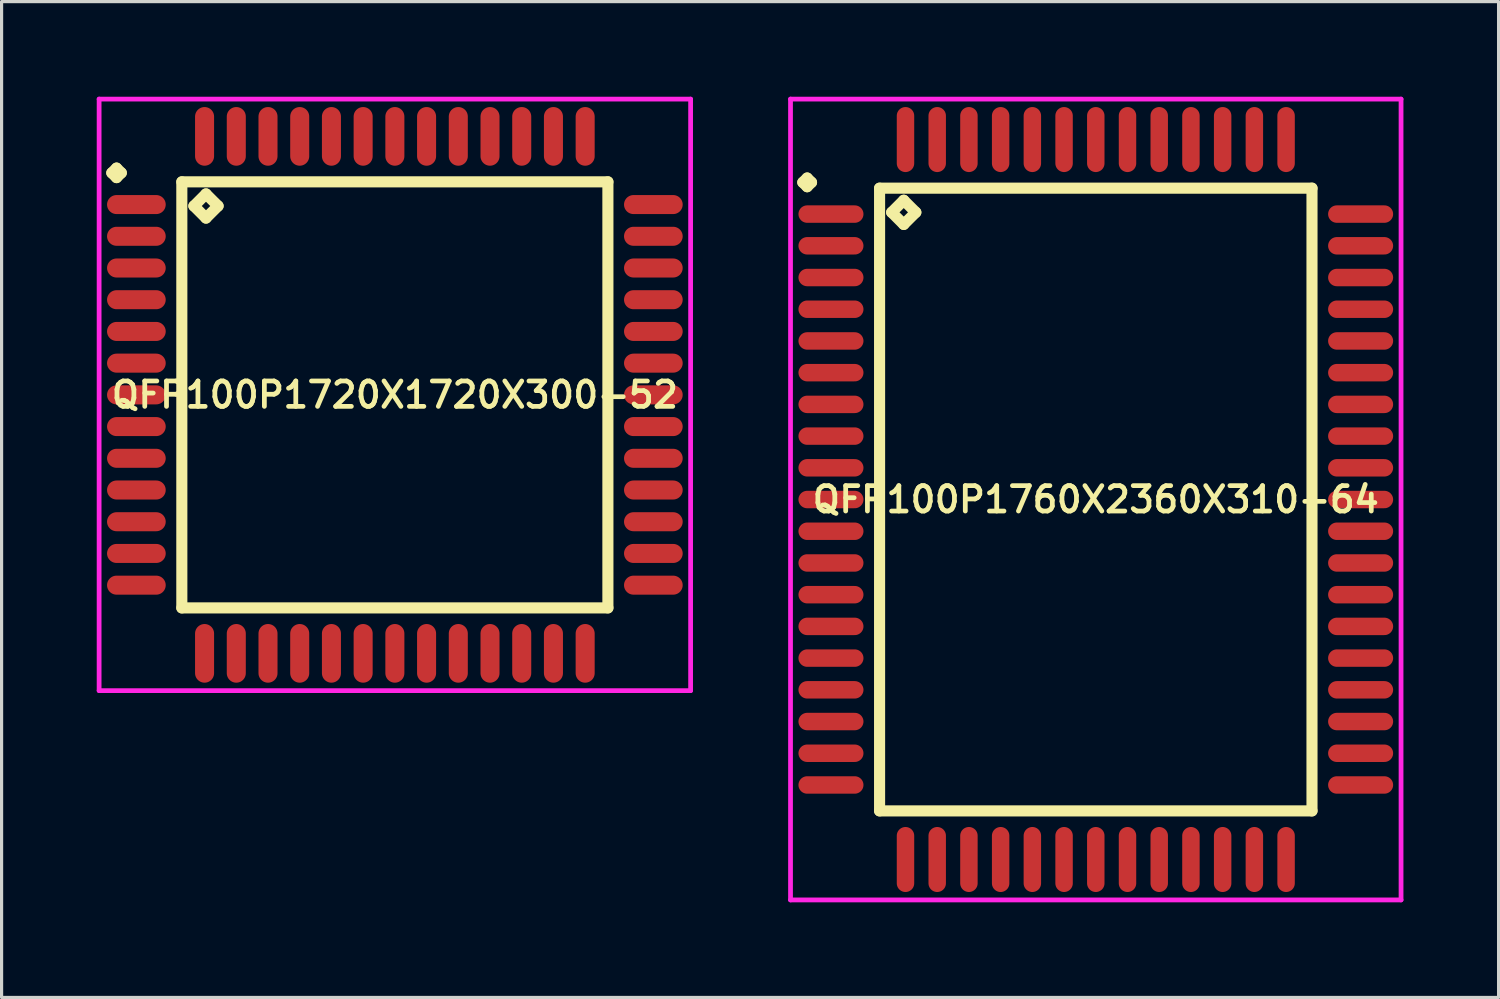
<source format=kicad_pcb>
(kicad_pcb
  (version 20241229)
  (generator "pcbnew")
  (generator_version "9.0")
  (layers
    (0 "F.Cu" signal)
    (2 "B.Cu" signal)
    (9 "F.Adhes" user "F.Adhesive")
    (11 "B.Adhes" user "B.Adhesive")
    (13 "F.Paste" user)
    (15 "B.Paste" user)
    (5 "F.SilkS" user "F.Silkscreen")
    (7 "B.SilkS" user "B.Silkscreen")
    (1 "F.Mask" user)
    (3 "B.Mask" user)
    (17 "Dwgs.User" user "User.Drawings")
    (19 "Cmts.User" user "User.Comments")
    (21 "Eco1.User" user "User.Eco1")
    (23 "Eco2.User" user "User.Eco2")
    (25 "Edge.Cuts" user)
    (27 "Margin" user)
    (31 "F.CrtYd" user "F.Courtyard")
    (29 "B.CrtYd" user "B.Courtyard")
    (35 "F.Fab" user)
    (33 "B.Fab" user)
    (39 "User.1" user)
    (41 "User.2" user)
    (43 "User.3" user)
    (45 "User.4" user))
  (footprint "QFP100P1720X1720X300-52"
    (layer "F.Cu")
    (at 9.4 9.4)
    (property "Reference" "QFP100P1720X1720X300-52" (at 0 0 0) (layer "F.SilkS") (effects (font (size 0.8 0.8) (thickness 0.15))))
    (attr smd)
    (fp_line (start -8.925 -7) (end -8.775 -7.15) (stroke (width 0.35) (type solid)) (layer "F.SilkS"))
    (fp_line (start -8.775 -7.15) (end -8.625 -7) (stroke (width 0.35) (type solid)) (layer "F.SilkS"))
    (fp_line (start -8.775 -6.85) (end -8.925 -7) (stroke (width 0.35) (type solid)) (layer "F.SilkS"))
    (fp_line (start -8.625 -7) (end -8.775 -6.85) (stroke (width 0.35) (type solid)) (layer "F.SilkS"))
    (fp_line (start -6.717 -6.717) (end -6.717 6.717) (stroke (width 0.35) (type solid)) (layer "F.SilkS"))
    (fp_line (start -6.717 6.717) (end 6.717 6.717) (stroke (width 0.35) (type solid)) (layer "F.SilkS"))
    (fp_line (start -6.336 -5.955) (end -5.955 -6.336) (stroke (width 0.35) (type solid)) (layer "F.SilkS"))
    (fp_line (start -5.955 -6.336) (end -5.574 -5.955) (stroke (width 0.35) (type solid)) (layer "F.SilkS"))
    (fp_line (start -5.955 -5.574) (end -6.336 -5.955) (stroke (width 0.35) (type solid)) (layer "F.SilkS"))
    (fp_line (start -5.574 -5.955) (end -5.955 -5.574) (stroke (width 0.35) (type solid)) (layer "F.SilkS"))
    (fp_line (start 6.717 -6.717) (end -6.717 -6.717) (stroke (width 0.35) (type solid)) (layer "F.SilkS"))
    (fp_line (start 6.717 6.717) (end 6.717 -6.717) (stroke (width 0.35) (type solid)) (layer "F.SilkS"))
    (fp_line (start -9.325 -9.325) (end 9.325 -9.325) (stroke (width 0.15) (type solid)) (layer "F.CrtYd"))
    (fp_line (start -9.325 9.325) (end -9.325 -9.325) (stroke (width 0.15) (type solid)) (layer "F.CrtYd"))
    (fp_line (start 9.325 -9.325) (end 9.325 9.325) (stroke (width 0.15) (type solid)) (layer "F.CrtYd"))
    (fp_line (start 9.325 9.325) (end -9.325 9.325) (stroke (width 0.15) (type solid)) (layer "F.CrtYd"))
    (pad "1" smd oval (at -8.15 -6) (size 1.85 0.6) (layers "F.Cu" "F.Mask" "F.Paste"))
    (pad "2" smd oval (at -8.15 -5) (size 1.85 0.6) (layers "F.Cu" "F.Mask" "F.Paste"))
    (pad "3" smd oval (at -8.15 -4) (size 1.85 0.6) (layers "F.Cu" "F.Mask" "F.Paste"))
    (pad "4" smd oval (at -8.15 -3) (size 1.85 0.6) (layers "F.Cu" "F.Mask" "F.Paste"))
    (pad "5" smd oval (at -8.15 -2) (size 1.85 0.6) (layers "F.Cu" "F.Mask" "F.Paste"))
    (pad "6" smd oval (at -8.15 -1) (size 1.85 0.6) (layers "F.Cu" "F.Mask" "F.Paste"))
    (pad "7" smd oval (at -8.15 0) (size 1.85 0.6) (layers "F.Cu" "F.Mask" "F.Paste"))
    (pad "8" smd oval (at -8.15 1) (size 1.85 0.6) (layers "F.Cu" "F.Mask" "F.Paste"))
    (pad "9" smd oval (at -8.15 2) (size 1.85 0.6) (layers "F.Cu" "F.Mask" "F.Paste"))
    (pad "10" smd oval (at -8.15 3) (size 1.85 0.6) (layers "F.Cu" "F.Mask" "F.Paste"))
    (pad "11" smd oval (at -8.15 4) (size 1.85 0.6) (layers "F.Cu" "F.Mask" "F.Paste"))
    (pad "12" smd oval (at -8.15 5) (size 1.85 0.6) (layers "F.Cu" "F.Mask" "F.Paste"))
    (pad "13" smd oval (at -8.15 6) (size 1.85 0.6) (layers "F.Cu" "F.Mask" "F.Paste"))
    (pad "14" smd oval (at -6 8.15) (size 0.6 1.85) (layers "F.Cu" "F.Mask" "F.Paste"))
    (pad "15" smd oval (at -5 8.15) (size 0.6 1.85) (layers "F.Cu" "F.Mask" "F.Paste"))
    (pad "16" smd oval (at -4 8.15) (size 0.6 1.85) (layers "F.Cu" "F.Mask" "F.Paste"))
    (pad "17" smd oval (at -3 8.15) (size 0.6 1.85) (layers "F.Cu" "F.Mask" "F.Paste"))
    (pad "18" smd oval (at -2 8.15) (size 0.6 1.85) (layers "F.Cu" "F.Mask" "F.Paste"))
    (pad "19" smd oval (at -1 8.15) (size 0.6 1.85) (layers "F.Cu" "F.Mask" "F.Paste"))
    (pad "20" smd oval (at 0 8.15) (size 0.6 1.85) (layers "F.Cu" "F.Mask" "F.Paste"))
    (pad "21" smd oval (at 1 8.15) (size 0.6 1.85) (layers "F.Cu" "F.Mask" "F.Paste"))
    (pad "22" smd oval (at 2 8.15) (size 0.6 1.85) (layers "F.Cu" "F.Mask" "F.Paste"))
    (pad "23" smd oval (at 3 8.15) (size 0.6 1.85) (layers "F.Cu" "F.Mask" "F.Paste"))
    (pad "24" smd oval (at 4 8.15) (size 0.6 1.85) (layers "F.Cu" "F.Mask" "F.Paste"))
    (pad "25" smd oval (at 5 8.15) (size 0.6 1.85) (layers "F.Cu" "F.Mask" "F.Paste"))
    (pad "26" smd oval (at 6 8.15) (size 0.6 1.85) (layers "F.Cu" "F.Mask" "F.Paste"))
    (pad "27" smd oval (at 8.15 6) (size 1.85 0.6) (layers "F.Cu" "F.Mask" "F.Paste"))
    (pad "28" smd oval (at 8.15 5) (size 1.85 0.6) (layers "F.Cu" "F.Mask" "F.Paste"))
    (pad "29" smd oval (at 8.15 4) (size 1.85 0.6) (layers "F.Cu" "F.Mask" "F.Paste"))
    (pad "30" smd oval (at 8.15 3) (size 1.85 0.6) (layers "F.Cu" "F.Mask" "F.Paste"))
    (pad "31" smd oval (at 8.15 2) (size 1.85 0.6) (layers "F.Cu" "F.Mask" "F.Paste"))
    (pad "32" smd oval (at 8.15 1) (size 1.85 0.6) (layers "F.Cu" "F.Mask" "F.Paste"))
    (pad "33" smd oval (at 8.15 0) (size 1.85 0.6) (layers "F.Cu" "F.Mask" "F.Paste"))
    (pad "34" smd oval (at 8.15 -1) (size 1.85 0.6) (layers "F.Cu" "F.Mask" "F.Paste"))
    (pad "35" smd oval (at 8.15 -2) (size 1.85 0.6) (layers "F.Cu" "F.Mask" "F.Paste"))
    (pad "36" smd oval (at 8.15 -3) (size 1.85 0.6) (layers "F.Cu" "F.Mask" "F.Paste"))
    (pad "37" smd oval (at 8.15 -4) (size 1.85 0.6) (layers "F.Cu" "F.Mask" "F.Paste"))
    (pad "38" smd oval (at 8.15 -5) (size 1.85 0.6) (layers "F.Cu" "F.Mask" "F.Paste"))
    (pad "39" smd oval (at 8.15 -6) (size 1.85 0.6) (layers "F.Cu" "F.Mask" "F.Paste"))
    (pad "40" smd oval (at 6 -8.15) (size 0.6 1.85) (layers "F.Cu" "F.Mask" "F.Paste"))
    (pad "41" smd oval (at 5 -8.15) (size 0.6 1.85) (layers "F.Cu" "F.Mask" "F.Paste"))
    (pad "42" smd oval (at 4 -8.15) (size 0.6 1.85) (layers "F.Cu" "F.Mask" "F.Paste"))
    (pad "43" smd oval (at 3 -8.15) (size 0.6 1.85) (layers "F.Cu" "F.Mask" "F.Paste"))
    (pad "44" smd oval (at 2 -8.15) (size 0.6 1.85) (layers "F.Cu" "F.Mask" "F.Paste"))
    (pad "45" smd oval (at 1 -8.15) (size 0.6 1.85) (layers "F.Cu" "F.Mask" "F.Paste"))
    (pad "46" smd oval (at 0 -8.15) (size 0.6 1.85) (layers "F.Cu" "F.Mask" "F.Paste"))
    (pad "47" smd oval (at -1 -8.15) (size 0.6 1.85) (layers "F.Cu" "F.Mask" "F.Paste"))
    (pad "48" smd oval (at -2 -8.15) (size 0.6 1.85) (layers "F.Cu" "F.Mask" "F.Paste"))
    (pad "49" smd oval (at -3 -8.15) (size 0.6 1.85) (layers "F.Cu" "F.Mask" "F.Paste"))
    (pad "50" smd oval (at -4 -8.15) (size 0.6 1.85) (layers "F.Cu" "F.Mask" "F.Paste"))
    (pad "51" smd oval (at -5 -8.15) (size 0.6 1.85) (layers "F.Cu" "F.Mask" "F.Paste"))
    (pad "52" smd oval (at -6 -8.15) (size 0.6 1.85) (layers "F.Cu" "F.Mask" "F.Paste")))
  (footprint "QFP100P1760X2360X310-64"
    (layer "F.Cu")
    (at 31.5 12.7)
    (property "Reference" "QFP100P1760X2360X310-64" (at 0 0 0) (layer "F.SilkS") (effects (font (size 0.8 0.8) (thickness 0.15))))
    (attr smd)
    (fp_line (start -9.238 -10) (end -9.1 -10.137) (stroke (width 0.35) (type solid)) (layer "F.SilkS"))
    (fp_line (start -9.1 -10.137) (end -8.963 -10) (stroke (width 0.35) (type solid)) (layer "F.SilkS"))
    (fp_line (start -9.1 -9.863) (end -9.238 -10) (stroke (width 0.35) (type solid)) (layer "F.SilkS"))
    (fp_line (start -8.963 -10) (end -9.1 -9.863) (stroke (width 0.35) (type solid)) (layer "F.SilkS"))
    (fp_line (start -6.817 -9.817) (end -6.817 9.817) (stroke (width 0.35) (type solid)) (layer "F.SilkS"))
    (fp_line (start -6.817 9.817) (end 6.817 9.817) (stroke (width 0.35) (type solid)) (layer "F.SilkS"))
    (fp_line (start -6.436 -9.055) (end -6.055 -9.436) (stroke (width 0.35) (type solid)) (layer "F.SilkS"))
    (fp_line (start -6.055 -9.436) (end -5.674 -9.055) (stroke (width 0.35) (type solid)) (layer "F.SilkS"))
    (fp_line (start -6.055 -8.674) (end -6.436 -9.055) (stroke (width 0.35) (type solid)) (layer "F.SilkS"))
    (fp_line (start -5.674 -9.055) (end -6.055 -8.674) (stroke (width 0.35) (type solid)) (layer "F.SilkS"))
    (fp_line (start 6.817 -9.817) (end -6.817 -9.817) (stroke (width 0.35) (type solid)) (layer "F.SilkS"))
    (fp_line (start 6.817 9.817) (end 6.817 -9.817) (stroke (width 0.35) (type solid)) (layer "F.SilkS"))
    (fp_line (start -9.625 -12.625) (end 9.625 -12.625) (stroke (width 0.15) (type solid)) (layer "F.CrtYd"))
    (fp_line (start -9.625 12.625) (end -9.625 -12.625) (stroke (width 0.15) (type solid)) (layer "F.CrtYd"))
    (fp_line (start 9.625 -12.625) (end 9.625 12.625) (stroke (width 0.15) (type solid)) (layer "F.CrtYd"))
    (fp_line (start 9.625 12.625) (end -9.625 12.625) (stroke (width 0.15) (type solid)) (layer "F.CrtYd"))
    (pad "1" smd oval (at -8.35 -9) (size 2.05 0.55) (layers "F.Cu" "F.Mask" "F.Paste"))
    (pad "2" smd oval (at -8.35 -8) (size 2.05 0.55) (layers "F.Cu" "F.Mask" "F.Paste"))
    (pad "3" smd oval (at -8.35 -7) (size 2.05 0.55) (layers "F.Cu" "F.Mask" "F.Paste"))
    (pad "4" smd oval (at -8.35 -6) (size 2.05 0.55) (layers "F.Cu" "F.Mask" "F.Paste"))
    (pad "5" smd oval (at -8.35 -5) (size 2.05 0.55) (layers "F.Cu" "F.Mask" "F.Paste"))
    (pad "6" smd oval (at -8.35 -4) (size 2.05 0.55) (layers "F.Cu" "F.Mask" "F.Paste"))
    (pad "7" smd oval (at -8.35 -3) (size 2.05 0.55) (layers "F.Cu" "F.Mask" "F.Paste"))
    (pad "8" smd oval (at -8.35 -2) (size 2.05 0.55) (layers "F.Cu" "F.Mask" "F.Paste"))
    (pad "9" smd oval (at -8.35 -1) (size 2.05 0.55) (layers "F.Cu" "F.Mask" "F.Paste"))
    (pad "10" smd oval (at -8.35 0) (size 2.05 0.55) (layers "F.Cu" "F.Mask" "F.Paste"))
    (pad "11" smd oval (at -8.35 1) (size 2.05 0.55) (layers "F.Cu" "F.Mask" "F.Paste"))
    (pad "12" smd oval (at -8.35 2) (size 2.05 0.55) (layers "F.Cu" "F.Mask" "F.Paste"))
    (pad "13" smd oval (at -8.35 3) (size 2.05 0.55) (layers "F.Cu" "F.Mask" "F.Paste"))
    (pad "14" smd oval (at -8.35 4) (size 2.05 0.55) (layers "F.Cu" "F.Mask" "F.Paste"))
    (pad "15" smd oval (at -8.35 5) (size 2.05 0.55) (layers "F.Cu" "F.Mask" "F.Paste"))
    (pad "16" smd oval (at -8.35 6) (size 2.05 0.55) (layers "F.Cu" "F.Mask" "F.Paste"))
    (pad "17" smd oval (at -8.35 7) (size 2.05 0.55) (layers "F.Cu" "F.Mask" "F.Paste"))
    (pad "18" smd oval (at -8.35 8) (size 2.05 0.55) (layers "F.Cu" "F.Mask" "F.Paste"))
    (pad "19" smd oval (at -8.35 9) (size 2.05 0.55) (layers "F.Cu" "F.Mask" "F.Paste"))
    (pad "20" smd oval (at -6 11.35) (size 0.55 2.05) (layers "F.Cu" "F.Mask" "F.Paste"))
    (pad "21" smd oval (at -5 11.35) (size 0.55 2.05) (layers "F.Cu" "F.Mask" "F.Paste"))
    (pad "22" smd oval (at -4 11.35) (size 0.55 2.05) (layers "F.Cu" "F.Mask" "F.Paste"))
    (pad "23" smd oval (at -3 11.35) (size 0.55 2.05) (layers "F.Cu" "F.Mask" "F.Paste"))
    (pad "24" smd oval (at -2 11.35) (size 0.55 2.05) (layers "F.Cu" "F.Mask" "F.Paste"))
    (pad "25" smd oval (at -1 11.35) (size 0.55 2.05) (layers "F.Cu" "F.Mask" "F.Paste"))
    (pad "26" smd oval (at 0 11.35) (size 0.55 2.05) (layers "F.Cu" "F.Mask" "F.Paste"))
    (pad "27" smd oval (at 1 11.35) (size 0.55 2.05) (layers "F.Cu" "F.Mask" "F.Paste"))
    (pad "28" smd oval (at 2 11.35) (size 0.55 2.05) (layers "F.Cu" "F.Mask" "F.Paste"))
    (pad "29" smd oval (at 3 11.35) (size 0.55 2.05) (layers "F.Cu" "F.Mask" "F.Paste"))
    (pad "30" smd oval (at 4 11.35) (size 0.55 2.05) (layers "F.Cu" "F.Mask" "F.Paste"))
    (pad "31" smd oval (at 5 11.35) (size 0.55 2.05) (layers "F.Cu" "F.Mask" "F.Paste"))
    (pad "32" smd oval (at 6 11.35) (size 0.55 2.05) (layers "F.Cu" "F.Mask" "F.Paste"))
    (pad "33" smd oval (at 8.35 9) (size 2.05 0.55) (layers "F.Cu" "F.Mask" "F.Paste"))
    (pad "34" smd oval (at 8.35 8) (size 2.05 0.55) (layers "F.Cu" "F.Mask" "F.Paste"))
    (pad "35" smd oval (at 8.35 7) (size 2.05 0.55) (layers "F.Cu" "F.Mask" "F.Paste"))
    (pad "36" smd oval (at 8.35 6) (size 2.05 0.55) (layers "F.Cu" "F.Mask" "F.Paste"))
    (pad "37" smd oval (at 8.35 5) (size 2.05 0.55) (layers "F.Cu" "F.Mask" "F.Paste"))
    (pad "38" smd oval (at 8.35 4) (size 2.05 0.55) (layers "F.Cu" "F.Mask" "F.Paste"))
    (pad "39" smd oval (at 8.35 3) (size 2.05 0.55) (layers "F.Cu" "F.Mask" "F.Paste"))
    (pad "40" smd oval (at 8.35 2) (size 2.05 0.55) (layers "F.Cu" "F.Mask" "F.Paste"))
    (pad "41" smd oval (at 8.35 1) (size 2.05 0.55) (layers "F.Cu" "F.Mask" "F.Paste"))
    (pad "42" smd oval (at 8.35 0) (size 2.05 0.55) (layers "F.Cu" "F.Mask" "F.Paste"))
    (pad "43" smd oval (at 8.35 -1) (size 2.05 0.55) (layers "F.Cu" "F.Mask" "F.Paste"))
    (pad "44" smd oval (at 8.35 -2) (size 2.05 0.55) (layers "F.Cu" "F.Mask" "F.Paste"))
    (pad "45" smd oval (at 8.35 -3) (size 2.05 0.55) (layers "F.Cu" "F.Mask" "F.Paste"))
    (pad "46" smd oval (at 8.35 -4) (size 2.05 0.55) (layers "F.Cu" "F.Mask" "F.Paste"))
    (pad "47" smd oval (at 8.35 -5) (size 2.05 0.55) (layers "F.Cu" "F.Mask" "F.Paste"))
    (pad "48" smd oval (at 8.35 -6) (size 2.05 0.55) (layers "F.Cu" "F.Mask" "F.Paste"))
    (pad "49" smd oval (at 8.35 -7) (size 2.05 0.55) (layers "F.Cu" "F.Mask" "F.Paste"))
    (pad "50" smd oval (at 8.35 -8) (size 2.05 0.55) (layers "F.Cu" "F.Mask" "F.Paste"))
    (pad "51" smd oval (at 8.35 -9) (size 2.05 0.55) (layers "F.Cu" "F.Mask" "F.Paste"))
    (pad "52" smd oval (at 6 -11.35) (size 0.55 2.05) (layers "F.Cu" "F.Mask" "F.Paste"))
    (pad "53" smd oval (at 5 -11.35) (size 0.55 2.05) (layers "F.Cu" "F.Mask" "F.Paste"))
    (pad "54" smd oval (at 4 -11.35) (size 0.55 2.05) (layers "F.Cu" "F.Mask" "F.Paste"))
    (pad "55" smd oval (at 3 -11.35) (size 0.55 2.05) (layers "F.Cu" "F.Mask" "F.Paste"))
    (pad "56" smd oval (at 2 -11.35) (size 0.55 2.05) (layers "F.Cu" "F.Mask" "F.Paste"))
    (pad "57" smd oval (at 1 -11.35) (size 0.55 2.05) (layers "F.Cu" "F.Mask" "F.Paste"))
    (pad "58" smd oval (at 0 -11.35) (size 0.55 2.05) (layers "F.Cu" "F.Mask" "F.Paste"))
    (pad "59" smd oval (at -1 -11.35) (size 0.55 2.05) (layers "F.Cu" "F.Mask" "F.Paste"))
    (pad "60" smd oval (at -2 -11.35) (size 0.55 2.05) (layers "F.Cu" "F.Mask" "F.Paste"))
    (pad "61" smd oval (at -3 -11.35) (size 0.55 2.05) (layers "F.Cu" "F.Mask" "F.Paste"))
    (pad "62" smd oval (at -4 -11.35) (size 0.55 2.05) (layers "F.Cu" "F.Mask" "F.Paste"))
    (pad "63" smd oval (at -5 -11.35) (size 0.55 2.05) (layers "F.Cu" "F.Mask" "F.Paste"))
    (pad "64" smd oval (at -6 -11.35) (size 0.55 2.05) (layers "F.Cu" "F.Mask" "F.Paste")))
  (gr_rect
    (start -3 -3)
    (end 44.2 28.4)
    (stroke (width 0.1) (type default))
    (fill no)
    (layer "Edge.Cuts")))
</source>
